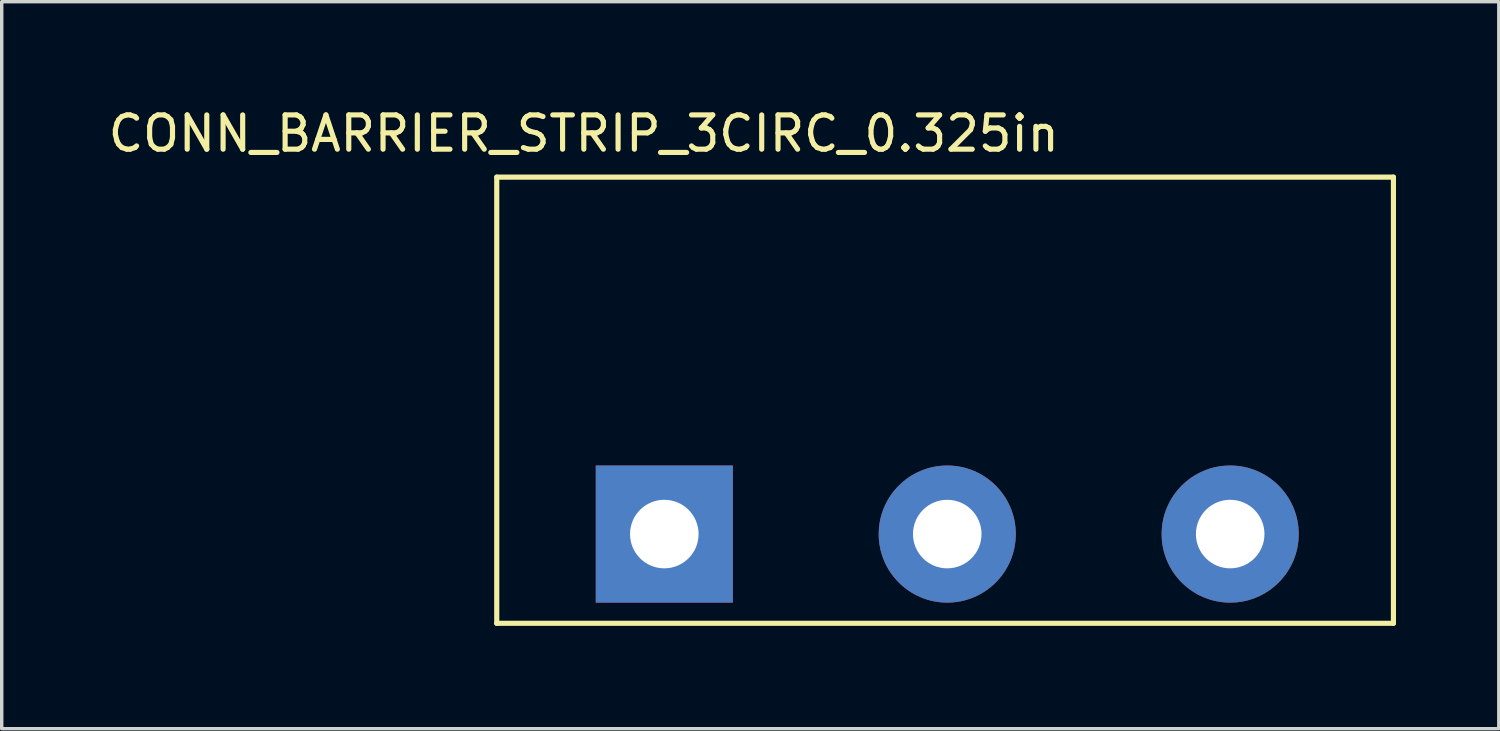
<source format=kicad_pcb>
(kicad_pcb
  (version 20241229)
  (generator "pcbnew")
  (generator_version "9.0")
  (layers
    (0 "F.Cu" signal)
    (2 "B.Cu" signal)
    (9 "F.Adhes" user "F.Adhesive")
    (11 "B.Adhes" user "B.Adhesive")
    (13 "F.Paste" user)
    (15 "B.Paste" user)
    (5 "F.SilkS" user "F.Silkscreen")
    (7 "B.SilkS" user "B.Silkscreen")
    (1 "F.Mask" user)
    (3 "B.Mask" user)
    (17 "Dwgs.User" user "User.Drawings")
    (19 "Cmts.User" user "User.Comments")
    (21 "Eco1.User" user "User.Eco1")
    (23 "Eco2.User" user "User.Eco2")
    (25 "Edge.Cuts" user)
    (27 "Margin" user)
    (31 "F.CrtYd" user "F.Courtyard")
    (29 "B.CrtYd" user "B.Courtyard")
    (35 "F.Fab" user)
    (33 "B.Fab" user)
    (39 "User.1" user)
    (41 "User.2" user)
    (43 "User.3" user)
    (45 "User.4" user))
  (footprint "CONN_BARRIER_STRIP_3CIRC_0.325in"
    (layer "F.Cu")
    (at 16.332 12.532)
    (property "Reference" "CONN_BARRIER_STRIP_3CIRC_0.325in" (at -2.349 -11.684 0) (layer "F.SilkS") (effects (font (size 1 1) (thickness 0.15))))
    (attr through_hole)
    (fp_line (start -4.889 -10.414) (end 21.273 -10.414) (stroke (width 0.15) (type solid)) (layer "F.SilkS"))
    (fp_line (start -4.889 2.603) (end -4.889 -10.414) (stroke (width 0.15) (type solid)) (layer "F.SilkS"))
    (fp_line (start 21.273 -10.414) (end 21.273 2.603) (stroke (width 0.15) (type solid)) (layer "F.SilkS"))
    (fp_line (start 21.273 2.603) (end -4.889 2.603) (stroke (width 0.15) (type solid)) (layer "F.SilkS"))
    (pad "1" thru_hole rect (at 0 0) (size 4 4) (drill 2) (layers "*.Cu" "*.Mask"))
    (pad "2" thru_hole circle (at 8.255 0) (size 4 4) (drill 2) (layers "*.Cu" "*.Mask"))
    (pad "3" thru_hole circle (at 16.51 0) (size 4 4) (drill 2) (layers "*.Cu" "*.Mask")))
  (gr_rect
    (start -3 -3)
    (end 40.679 18.211)
    (stroke (width 0.1) (type default))
    (fill no)
    (layer "Edge.Cuts")))
</source>
